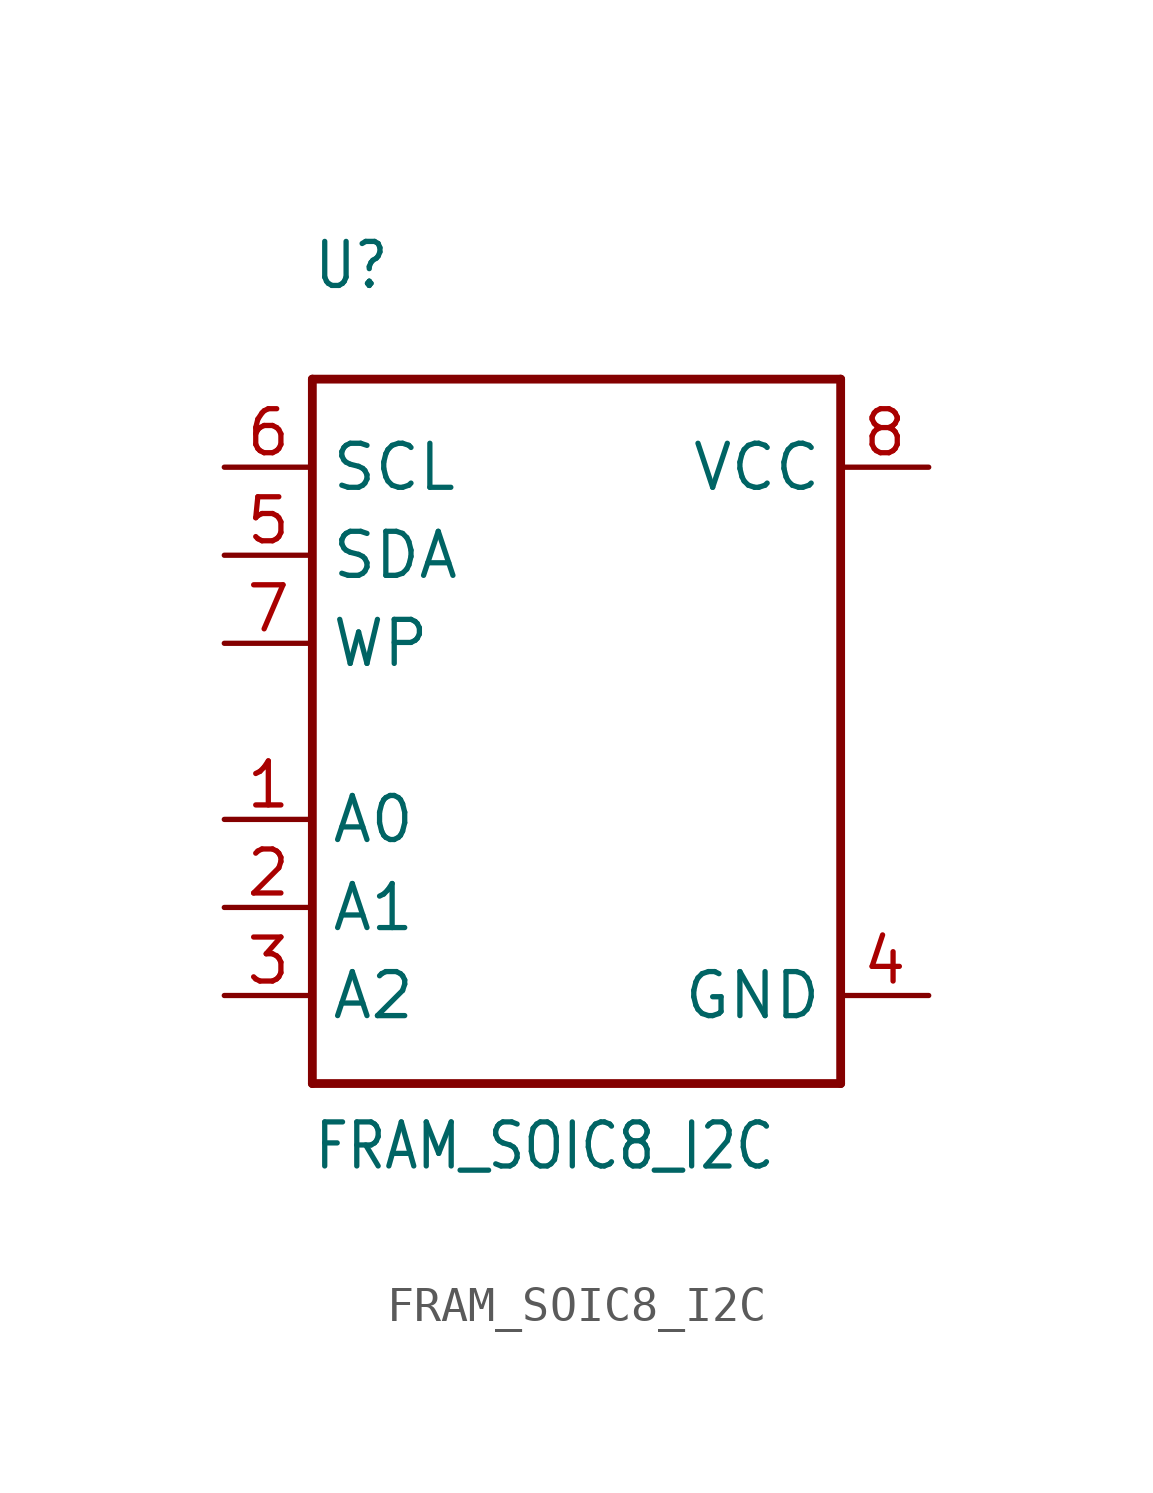
<source format=kicad_sym>
(kicad_symbol_lib
  (version 20211014)
  (generator kicad_symbol_editor)
  (symbol "FRAM_SOIC8_I2C"
    (property "Reference" "U"
      (at -7.62 12.7 0)
      (effects (font (size 1.27 1.079)) (justify left bottom)))
    (property "Value" "FRAM_SOIC8_I2C"
      (at -7.62 -12.7 0)
      (effects (font (size 1.27 1.079)) (justify left bottom)))
    (property "ki_locked" ""
      (at 0 0 0)
      (effects (font (size 1.27 1.27))))
    (symbol "FRAM_SOIC8_I2C_1_0"
      (polyline (pts (xy -7.62 -10.16) (xy -7.62 10.16)) (stroke (width 0.254) (type default) (color 0 0 0 0)) (fill (type none)))
      (polyline (pts (xy -7.62 10.16) (xy 7.62 10.16)) (stroke (width 0.254) (type default) (color 0 0 0 0)) (fill (type none)))
      (polyline (pts (xy 7.62 -10.16) (xy -7.62 -10.16)) (stroke (width 0.254) (type default) (color 0 0 0 0)) (fill (type none)))
      (polyline (pts (xy 7.62 10.16) (xy 7.62 -10.16)) (stroke (width 0.254) (type default) (color 0 0 0 0)) (fill (type none)))
      (pin input line (at -10.16 -2.54 0) (length 2.54) (name "A0" (effects (font (size 1.27 1.27)))) (number "1" (effects (font (size 1.27 1.27)))))
      (pin input line (at -10.16 -5.08 0) (length 2.54) (name "A1" (effects (font (size 1.27 1.27)))) (number "2" (effects (font (size 1.27 1.27)))))
      (pin input line (at -10.16 -7.62 0) (length 2.54) (name "A2" (effects (font (size 1.27 1.27)))) (number "3" (effects (font (size 1.27 1.27)))))
      (pin power_in line (at 10.16 -7.62 180) (length 2.54) (name "GND" (effects (font (size 1.27 1.27)))) (number "4" (effects (font (size 1.27 1.27)))))
      (pin bidirectional line (at -10.16 5.08 0) (length 2.54) (name "SDA" (effects (font (size 1.27 1.27)))) (number "5" (effects (font (size 1.27 1.27)))))
      (pin input line (at -10.16 7.62 0) (length 2.54) (name "SCL" (effects (font (size 1.27 1.27)))) (number "6" (effects (font (size 1.27 1.27)))))
      (pin input line (at -10.16 2.54 0) (length 2.54) (name "WP" (effects (font (size 1.27 1.27)))) (number "7" (effects (font (size 1.27 1.27)))))
      (pin power_in line (at 10.16 7.62 180) (length 2.54) (name "VCC" (effects (font (size 1.27 1.27)))) (number "8" (effects (font (size 1.27 1.27))))))))
</source>
